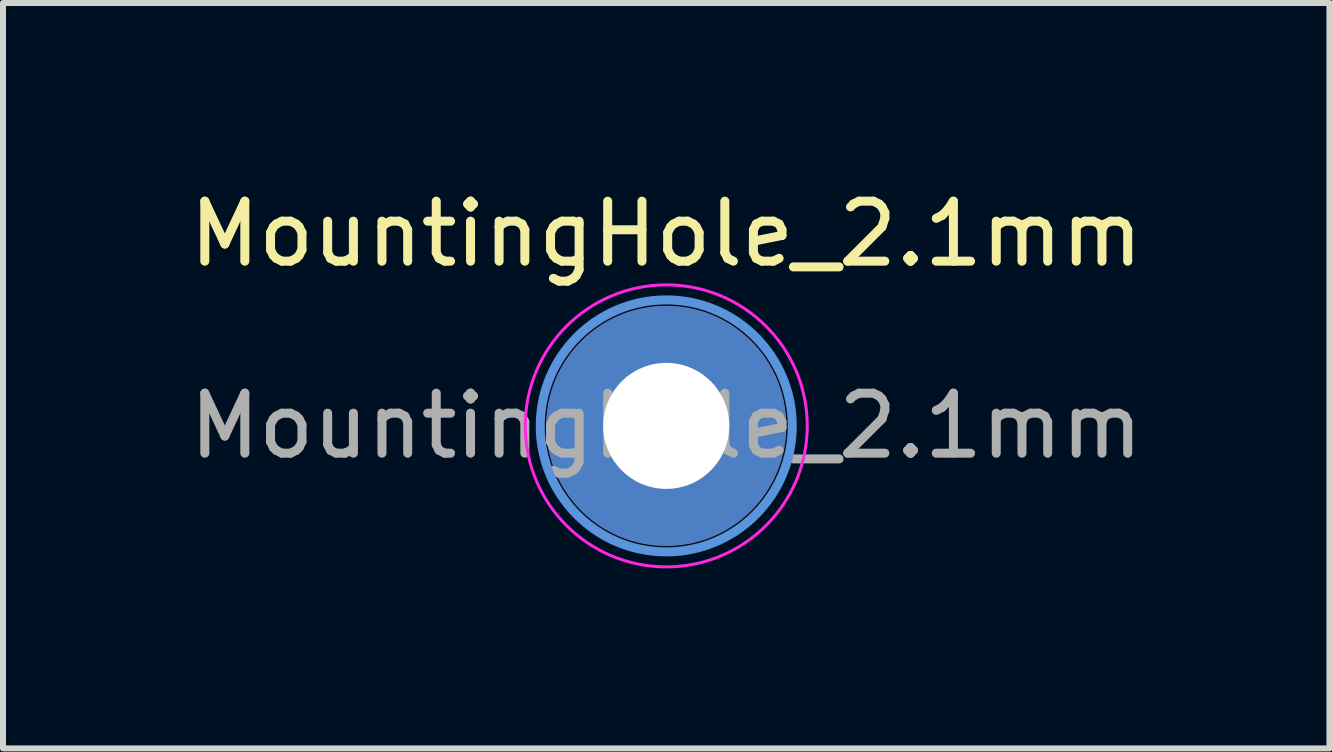
<source format=kicad_pcb>
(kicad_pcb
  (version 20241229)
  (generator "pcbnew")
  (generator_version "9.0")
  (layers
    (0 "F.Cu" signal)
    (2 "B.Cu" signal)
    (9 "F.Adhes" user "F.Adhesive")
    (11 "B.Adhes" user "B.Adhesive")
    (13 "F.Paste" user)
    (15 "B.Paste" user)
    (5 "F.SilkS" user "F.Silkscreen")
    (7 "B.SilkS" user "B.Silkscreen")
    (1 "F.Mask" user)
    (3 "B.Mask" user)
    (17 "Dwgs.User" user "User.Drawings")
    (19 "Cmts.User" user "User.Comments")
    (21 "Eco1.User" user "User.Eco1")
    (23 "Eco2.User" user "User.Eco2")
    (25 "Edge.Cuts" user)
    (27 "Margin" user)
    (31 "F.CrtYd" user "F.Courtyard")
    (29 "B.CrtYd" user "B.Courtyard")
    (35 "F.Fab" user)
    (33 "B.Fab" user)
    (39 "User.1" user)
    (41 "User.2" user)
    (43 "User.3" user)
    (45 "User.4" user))
  (footprint "MountingHole_2.1mm"
    (layer "F.Cu")
    (at 8.054 4.048)
    (property "Reference" "MountingHole_2.1mm" (at 0 -3.2 0) (layer "F.SilkS") (effects (font (size 1 1) (thickness 0.15))))
    (attr exclude_from_pos_files exclude_from_bom)
    (fp_circle (center 0 0) (end 1.5 0) (stroke (width 1) (type solid)) (fill no) (layers "F.Cu" "F.Mask"))
    (fp_circle (center 0 0) (end 1.5 0) (stroke (width 1) (type solid)) (fill no) (layers "B.Cu" "B.Mask"))
    (fp_circle (center 0 0) (end 2.1 0) (stroke (width 0.15) (type solid)) (fill no) (layer "Cmts.User"))
    (fp_circle (center 0 0) (end 2.35 0) (stroke (width 0.05) (type solid)) (fill no) (layer "F.CrtYd"))
    (fp_text user "${REFERENCE}" (at 0 0 0) (layer "F.Fab") (effects (font (size 1 1) (thickness 0.15))))
    (pad "" np_thru_hole circle (at 0 0) (size 2.1 2.1) (drill 2.1) (layers "*.Cu" "*.Mask")))
  (gr_rect
    (start -3 -3)
    (end 19.107 9.423)
    (stroke (width 0.1) (type default))
    (fill no)
    (layer "Edge.Cuts")))
</source>
